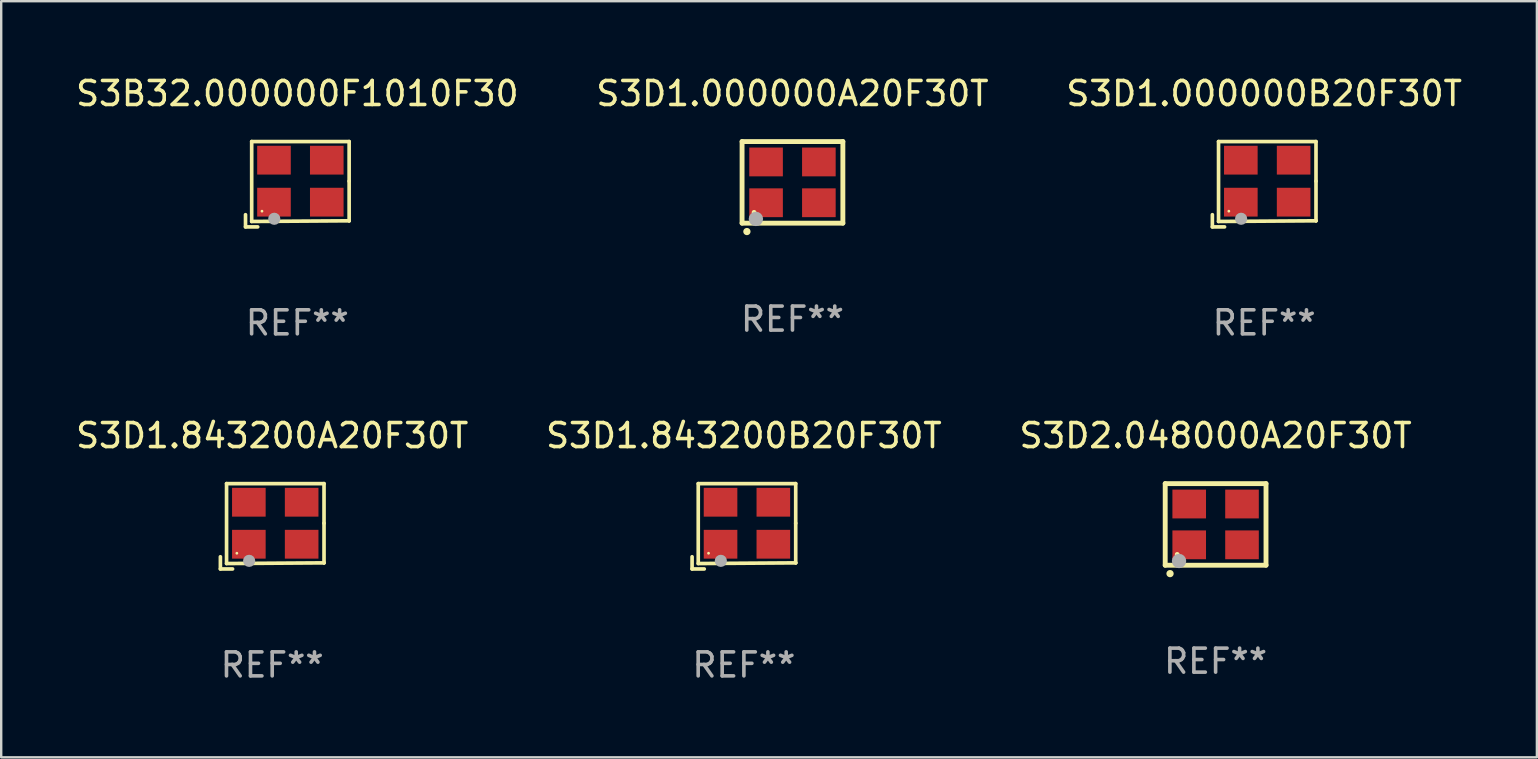
<source format=kicad_pcb>
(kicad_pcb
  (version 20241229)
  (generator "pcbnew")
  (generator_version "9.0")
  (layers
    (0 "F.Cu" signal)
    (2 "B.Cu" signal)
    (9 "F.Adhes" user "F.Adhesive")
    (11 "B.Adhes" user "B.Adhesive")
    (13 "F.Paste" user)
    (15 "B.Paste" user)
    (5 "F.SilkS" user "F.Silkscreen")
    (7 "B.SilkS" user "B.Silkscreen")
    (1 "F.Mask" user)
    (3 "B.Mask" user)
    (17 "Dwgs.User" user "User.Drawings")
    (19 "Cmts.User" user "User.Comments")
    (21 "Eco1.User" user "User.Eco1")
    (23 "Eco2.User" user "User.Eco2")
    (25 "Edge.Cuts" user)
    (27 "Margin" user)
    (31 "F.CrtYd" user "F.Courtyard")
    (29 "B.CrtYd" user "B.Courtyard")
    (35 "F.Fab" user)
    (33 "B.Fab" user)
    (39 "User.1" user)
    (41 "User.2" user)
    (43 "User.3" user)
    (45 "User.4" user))
  (footprint "S3D1.000000B20F30T"
    (layer "F.Cu")
    (at 49.625 4.626)
    (property "Reference" "S3D1.000000B20F30T" (at 0 -3.778 0) (layer "F.SilkS") (effects (font (size 1 1) (thickness 0.15))))
    (attr through_hole)
    (fp_line (start -2.159 1.27) (end -2.159 1.778) (stroke (width 0.152) (type solid)) (layer "F.SilkS"))
    (fp_line (start -2.159 1.778) (end -1.651 1.778) (stroke (width 0.152) (type solid)) (layer "F.SilkS"))
    (fp_line (start -1.902 -1.778) (end 2.159 -1.778) (stroke (width 0.152) (type solid)) (layer "F.SilkS"))
    (fp_line (start -1.902 1.552) (end -1.902 -1.778) (stroke (width 0.152) (type solid)) (layer "F.SilkS"))
    (fp_line (start 2.159 -1.778) (end 2.159 -0.127) (stroke (width 0.152) (type solid)) (layer "F.SilkS"))
    (fp_line (start 2.159 -0.127) (end 2.159 1.524) (stroke (width 0.152) (type solid)) (layer "F.SilkS"))
    (fp_line (start 2.159 1.524) (end -1.902 1.552) (stroke (width 0.152) (type solid)) (layer "F.SilkS"))
    (fp_line (start 2.159 1.524) (end 2.159 1.524) (stroke (width 0.152) (type solid)) (layer "F.SilkS"))
    (fp_circle (center -1.473 1.123) (end -1.443 1.123) (stroke (width 0.06) (type solid)) (fill no) (layer "F.SilkS"))
    (fp_circle (center -0.961 1.44) (end -0.834 1.44) (stroke (width 0.254) (type solid)) (fill no) (layer "F.Fab"))
    (fp_text user "REF**" (at 0 5.778 0) (layer "F.Fab") (effects (font (size 1 1) (thickness 0.15))))
    (pad "1" smd rect (at -0.973 0.748) (size 1.4 1.2) (layers "F.Cu" "F.Mask" "F.Paste"))
    (pad "2" smd rect (at 1.227 0.748) (size 1.4 1.2) (layers "F.Cu" "F.Mask" "F.Paste"))
    (pad "3" smd rect (at 1.227 -1.002) (size 1.4 1.2) (layers "F.Cu" "F.Mask" "F.Paste"))
    (pad "4" smd rect (at -0.973 -1.002) (size 1.4 1.2) (layers "F.Cu" "F.Mask" "F.Paste")))
  (footprint "S3D1.843200B20F30T"
    (layer "F.Cu")
    (at 27.946 18.879)
    (property "Reference" "S3D1.843200B20F30T" (at 0 -3.778 0) (layer "F.SilkS") (effects (font (size 1 1) (thickness 0.15))))
    (attr through_hole)
    (fp_line (start -2.159 1.27) (end -2.159 1.778) (stroke (width 0.152) (type solid)) (layer "F.SilkS"))
    (fp_line (start -2.159 1.778) (end -1.651 1.778) (stroke (width 0.152) (type solid)) (layer "F.SilkS"))
    (fp_line (start -1.902 -1.778) (end 2.159 -1.778) (stroke (width 0.152) (type solid)) (layer "F.SilkS"))
    (fp_line (start -1.902 1.552) (end -1.902 -1.778) (stroke (width 0.152) (type solid)) (layer "F.SilkS"))
    (fp_line (start 2.159 -1.778) (end 2.159 -0.127) (stroke (width 0.152) (type solid)) (layer "F.SilkS"))
    (fp_line (start 2.159 -0.127) (end 2.159 1.524) (stroke (width 0.152) (type solid)) (layer "F.SilkS"))
    (fp_line (start 2.159 1.524) (end -1.902 1.552) (stroke (width 0.152) (type solid)) (layer "F.SilkS"))
    (fp_line (start 2.159 1.524) (end 2.159 1.524) (stroke (width 0.152) (type solid)) (layer "F.SilkS"))
    (fp_circle (center -1.473 1.123) (end -1.443 1.123) (stroke (width 0.06) (type solid)) (fill no) (layer "F.SilkS"))
    (fp_circle (center -0.961 1.44) (end -0.834 1.44) (stroke (width 0.254) (type solid)) (fill no) (layer "F.Fab"))
    (fp_text user "REF**" (at 0 5.778 0) (layer "F.Fab") (effects (font (size 1 1) (thickness 0.15))))
    (pad "1" smd rect (at -0.973 0.748) (size 1.4 1.2) (layers "F.Cu" "F.Mask" "F.Paste"))
    (pad "2" smd rect (at 1.227 0.748) (size 1.4 1.2) (layers "F.Cu" "F.Mask" "F.Paste"))
    (pad "3" smd rect (at 1.227 -1.002) (size 1.4 1.2) (layers "F.Cu" "F.Mask" "F.Paste"))
    (pad "4" smd rect (at -0.973 -1.002) (size 1.4 1.2) (layers "F.Cu" "F.Mask" "F.Paste")))
  (footprint "S3D1.000000A20F30T"
    (layer "F.Cu")
    (at 29.97 4.548)
    (property "Reference" "S3D1.000000A20F30T" (at 0 -3.7 0) (layer "F.SilkS") (effects (font (size 1 1) (thickness 0.15))))
    (attr through_hole)
    (fp_line (start -2.1 -1.7) (end -2.1 1.7) (stroke (width 0.203) (type solid)) (layer "F.SilkS"))
    (fp_line (start -2.1 1.7) (end 2.1 1.7) (stroke (width 0.203) (type solid)) (layer "F.SilkS"))
    (fp_line (start 2.1 -1.7) (end -2.1 -1.7) (stroke (width 0.203) (type solid)) (layer "F.SilkS"))
    (fp_line (start 2.1 1.7) (end 2.1 -1.7) (stroke (width 0.203) (type solid)) (layer "F.SilkS"))
    (fp_arc (start -1.899924 2.049784) (mid -1.898654 2.049779) (end -1.897384 2.049784) (stroke (width 0.3) (type solid)) (layer "F.SilkS"))
    (fp_circle (center -1.6 1.25) (end -1.55 1.25) (stroke (width 0.1) (type solid)) (fill no) (layer "F.SilkS"))
    (fp_circle (center -1.524 1.524) (end -1.374 1.524) (stroke (width 0.3) (type solid)) (fill no) (layer "F.Fab"))
    (fp_text user "REF**" (at 0 5.7 0) (layer "F.Fab") (effects (font (size 1 1) (thickness 0.15))))
    (pad "1" smd rect (at -1.1 0.85) (size 1.4 1.2) (layers "F.Cu" "F.Mask" "F.Paste"))
    (pad "2" smd rect (at 1.1 0.85) (size 1.4 1.2) (layers "F.Cu" "F.Mask" "F.Paste"))
    (pad "3" smd rect (at 1.1 -0.85) (size 1.4 1.2) (layers "F.Cu" "F.Mask" "F.Paste"))
    (pad "4" smd rect (at -1.1 -0.85) (size 1.4 1.2) (layers "F.Cu" "F.Mask" "F.Paste")))
  (footprint "S3D2.048000A20F30T"
    (layer "F.Cu")
    (at 47.601 18.801)
    (property "Reference" "S3D2.048000A20F30T" (at 0 -3.7 0) (layer "F.SilkS") (effects (font (size 1 1) (thickness 0.15))))
    (attr through_hole)
    (fp_line (start -2.1 -1.7) (end -2.1 1.7) (stroke (width 0.203) (type solid)) (layer "F.SilkS"))
    (fp_line (start -2.1 1.7) (end 2.1 1.7) (stroke (width 0.203) (type solid)) (layer "F.SilkS"))
    (fp_line (start 2.1 -1.7) (end -2.1 -1.7) (stroke (width 0.203) (type solid)) (layer "F.SilkS"))
    (fp_line (start 2.1 1.7) (end 2.1 -1.7) (stroke (width 0.203) (type solid)) (layer "F.SilkS"))
    (fp_arc (start -1.899924 2.049784) (mid -1.898654 2.049779) (end -1.897384 2.049784) (stroke (width 0.3) (type solid)) (layer "F.SilkS"))
    (fp_circle (center -1.6 1.25) (end -1.55 1.25) (stroke (width 0.1) (type solid)) (fill no) (layer "F.SilkS"))
    (fp_circle (center -1.524 1.524) (end -1.374 1.524) (stroke (width 0.3) (type solid)) (fill no) (layer "F.Fab"))
    (fp_text user "REF**" (at 0 5.7 0) (layer "F.Fab") (effects (font (size 1 1) (thickness 0.15))))
    (pad "1" smd rect (at -1.1 0.85) (size 1.4 1.2) (layers "F.Cu" "F.Mask" "F.Paste"))
    (pad "2" smd rect (at 1.1 0.85) (size 1.4 1.2) (layers "F.Cu" "F.Mask" "F.Paste"))
    (pad "3" smd rect (at 1.1 -0.85) (size 1.4 1.2) (layers "F.Cu" "F.Mask" "F.Paste"))
    (pad "4" smd rect (at -1.1 -0.85) (size 1.4 1.2) (layers "F.Cu" "F.Mask" "F.Paste")))
  (footprint "S3B32.000000F1010F30"
    (layer "F.Cu")
    (at 9.339 4.626)
    (property "Reference" "S3B32.000000F1010F30" (at 0 -3.778 0) (layer "F.SilkS") (effects (font (size 1 1) (thickness 0.15))))
    (attr through_hole)
    (fp_line (start -2.159 1.27) (end -2.159 1.778) (stroke (width 0.152) (type solid)) (layer "F.SilkS"))
    (fp_line (start -2.159 1.778) (end -1.651 1.778) (stroke (width 0.152) (type solid)) (layer "F.SilkS"))
    (fp_line (start -1.902 -1.778) (end 2.159 -1.778) (stroke (width 0.152) (type solid)) (layer "F.SilkS"))
    (fp_line (start -1.902 1.552) (end -1.902 -1.778) (stroke (width 0.152) (type solid)) (layer "F.SilkS"))
    (fp_line (start 2.159 -1.778) (end 2.159 -0.127) (stroke (width 0.152) (type solid)) (layer "F.SilkS"))
    (fp_line (start 2.159 -0.127) (end 2.159 1.524) (stroke (width 0.152) (type solid)) (layer "F.SilkS"))
    (fp_line (start 2.159 1.524) (end -1.902 1.552) (stroke (width 0.152) (type solid)) (layer "F.SilkS"))
    (fp_line (start 2.159 1.524) (end 2.159 1.524) (stroke (width 0.152) (type solid)) (layer "F.SilkS"))
    (fp_circle (center -1.473 1.123) (end -1.443 1.123) (stroke (width 0.06) (type solid)) (fill no) (layer "F.SilkS"))
    (fp_circle (center -0.961 1.44) (end -0.834 1.44) (stroke (width 0.254) (type solid)) (fill no) (layer "F.Fab"))
    (fp_text user "REF**" (at 0 5.778 0) (layer "F.Fab") (effects (font (size 1 1) (thickness 0.15))))
    (pad "1" smd rect (at -0.973 0.748) (size 1.4 1.2) (layers "F.Cu" "F.Mask" "F.Paste"))
    (pad "2" smd rect (at 1.227 0.748) (size 1.4 1.2) (layers "F.Cu" "F.Mask" "F.Paste"))
    (pad "3" smd rect (at 1.227 -1.002) (size 1.4 1.2) (layers "F.Cu" "F.Mask" "F.Paste"))
    (pad "4" smd rect (at -0.973 -1.002) (size 1.4 1.2) (layers "F.Cu" "F.Mask" "F.Paste")))
  (footprint "S3D1.843200A20F30T"
    (layer "F.Cu")
    (at 8.292 18.879)
    (property "Reference" "S3D1.843200A20F30T" (at 0 -3.778 0) (layer "F.SilkS") (effects (font (size 1 1) (thickness 0.15))))
    (attr through_hole)
    (fp_line (start -2.159 1.27) (end -2.159 1.778) (stroke (width 0.152) (type solid)) (layer "F.SilkS"))
    (fp_line (start -2.159 1.778) (end -1.651 1.778) (stroke (width 0.152) (type solid)) (layer "F.SilkS"))
    (fp_line (start -1.902 -1.778) (end 2.159 -1.778) (stroke (width 0.152) (type solid)) (layer "F.SilkS"))
    (fp_line (start -1.902 1.552) (end -1.902 -1.778) (stroke (width 0.152) (type solid)) (layer "F.SilkS"))
    (fp_line (start 2.159 -1.778) (end 2.159 -0.127) (stroke (width 0.152) (type solid)) (layer "F.SilkS"))
    (fp_line (start 2.159 -0.127) (end 2.159 1.524) (stroke (width 0.152) (type solid)) (layer "F.SilkS"))
    (fp_line (start 2.159 1.524) (end -1.902 1.552) (stroke (width 0.152) (type solid)) (layer "F.SilkS"))
    (fp_line (start 2.159 1.524) (end 2.159 1.524) (stroke (width 0.152) (type solid)) (layer "F.SilkS"))
    (fp_circle (center -1.473 1.123) (end -1.443 1.123) (stroke (width 0.06) (type solid)) (fill no) (layer "F.SilkS"))
    (fp_circle (center -0.961 1.44) (end -0.834 1.44) (stroke (width 0.254) (type solid)) (fill no) (layer "F.Fab"))
    (fp_text user "REF**" (at 0 5.778 0) (layer "F.Fab") (effects (font (size 1 1) (thickness 0.15))))
    (pad "1" smd rect (at -0.973 0.748) (size 1.4 1.2) (layers "F.Cu" "F.Mask" "F.Paste"))
    (pad "2" smd rect (at 1.227 0.748) (size 1.4 1.2) (layers "F.Cu" "F.Mask" "F.Paste"))
    (pad "3" smd rect (at 1.227 -1.002) (size 1.4 1.2) (layers "F.Cu" "F.Mask" "F.Paste"))
    (pad "4" smd rect (at -0.973 -1.002) (size 1.4 1.2) (layers "F.Cu" "F.Mask" "F.Paste")))
  (gr_rect
    (start -3 -3)
    (end 60.988 28.505)
    (stroke (width 0.1) (type default))
    (fill no)
    (layer "Edge.Cuts")))
</source>
